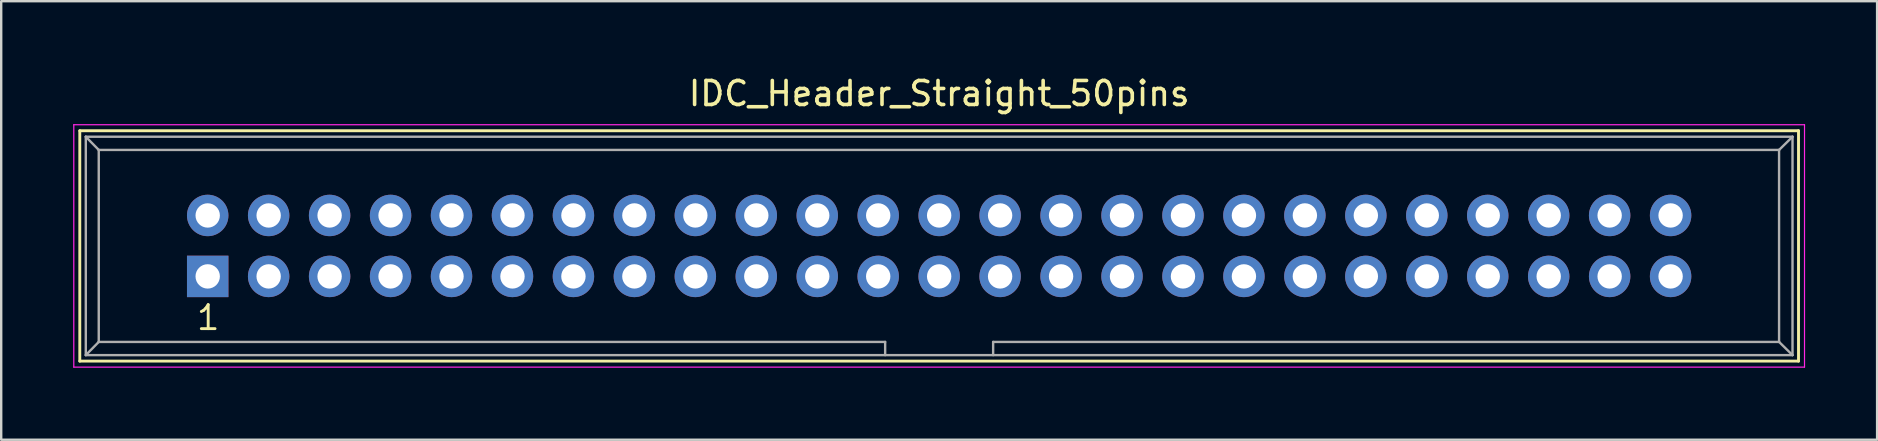
<source format=kicad_pcb>
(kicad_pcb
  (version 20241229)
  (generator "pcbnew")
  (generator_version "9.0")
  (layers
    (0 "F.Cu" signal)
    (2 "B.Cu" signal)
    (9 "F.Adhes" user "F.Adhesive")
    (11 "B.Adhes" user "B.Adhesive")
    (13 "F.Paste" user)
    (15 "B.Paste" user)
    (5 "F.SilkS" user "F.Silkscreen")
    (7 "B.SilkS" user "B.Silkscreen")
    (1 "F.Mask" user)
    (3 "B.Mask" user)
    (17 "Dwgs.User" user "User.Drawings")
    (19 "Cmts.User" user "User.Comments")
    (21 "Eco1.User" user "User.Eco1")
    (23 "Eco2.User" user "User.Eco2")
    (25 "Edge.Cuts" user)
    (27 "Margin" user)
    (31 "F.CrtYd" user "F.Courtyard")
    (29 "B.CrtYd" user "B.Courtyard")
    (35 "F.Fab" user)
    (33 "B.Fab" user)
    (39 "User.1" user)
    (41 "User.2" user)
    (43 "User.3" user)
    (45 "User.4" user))
  (footprint "IDC_Header_Straight_50pins"
    (layer "F.Cu")
    (at 5.605 8.468)
    (property "Reference" "IDC_Header_Straight_50pins" (at 30.48 -7.62 0) (layer "F.SilkS") (effects (font (size 1 1) (thickness 0.15))))
    (attr through_hole)
    (fp_line (start -5.33 -6.07) (end 66.29 -6.07) (stroke (width 0.12) (type solid)) (layer "F.SilkS"))
    (fp_line (start -5.33 3.53) (end -5.33 -6.07) (stroke (width 0.12) (type solid)) (layer "F.SilkS"))
    (fp_line (start 66.29 -6.07) (end 66.29 3.53) (stroke (width 0.12) (type solid)) (layer "F.SilkS"))
    (fp_line (start 66.29 3.53) (end -5.33 3.53) (stroke (width 0.12) (type solid)) (layer "F.SilkS"))
    (fp_line (start -5.58 -6.32) (end 66.54 -6.32) (stroke (width 0.05) (type solid)) (layer "F.CrtYd"))
    (fp_line (start -5.58 3.78) (end -5.58 -6.32) (stroke (width 0.05) (type solid)) (layer "F.CrtYd"))
    (fp_line (start 66.54 -6.32) (end 66.54 3.78) (stroke (width 0.05) (type solid)) (layer "F.CrtYd"))
    (fp_line (start 66.54 3.78) (end -5.58 3.78) (stroke (width 0.05) (type solid)) (layer "F.CrtYd"))
    (fp_line (start -5.08 -5.82) (end -5.08 3.28) (stroke (width 0.1) (type solid)) (layer "F.Fab"))
    (fp_line (start -5.08 -5.82) (end -4.54 -5.27) (stroke (width 0.1) (type solid)) (layer "F.Fab"))
    (fp_line (start -5.08 -5.82) (end 66.04 -5.82) (stroke (width 0.1) (type solid)) (layer "F.Fab"))
    (fp_line (start -5.08 3.28) (end -4.54 2.73) (stroke (width 0.1) (type solid)) (layer "F.Fab"))
    (fp_line (start -5.08 3.28) (end 66.04 3.28) (stroke (width 0.1) (type solid)) (layer "F.Fab"))
    (fp_line (start -4.54 -5.27) (end -4.54 2.73) (stroke (width 0.1) (type solid)) (layer "F.Fab"))
    (fp_line (start -4.54 -5.27) (end 65.48 -5.27) (stroke (width 0.1) (type solid)) (layer "F.Fab"))
    (fp_line (start -4.54 2.73) (end 28.23 2.73) (stroke (width 0.1) (type solid)) (layer "F.Fab"))
    (fp_line (start 28.23 2.73) (end 28.23 3.28) (stroke (width 0.1) (type solid)) (layer "F.Fab"))
    (fp_line (start 32.73 2.73) (end 32.73 3.28) (stroke (width 0.1) (type solid)) (layer "F.Fab"))
    (fp_line (start 32.73 2.73) (end 65.48 2.73) (stroke (width 0.1) (type solid)) (layer "F.Fab"))
    (fp_line (start 65.48 -5.27) (end 65.48 2.73) (stroke (width 0.1) (type solid)) (layer "F.Fab"))
    (fp_line (start 66.04 -5.82) (end 65.48 -5.27) (stroke (width 0.1) (type solid)) (layer "F.Fab"))
    (fp_line (start 66.04 -5.82) (end 66.04 3.28) (stroke (width 0.1) (type solid)) (layer "F.Fab"))
    (fp_line (start 66.04 3.28) (end 65.48 2.73) (stroke (width 0.1) (type solid)) (layer "F.Fab"))
    (fp_text user "1" (at 0.02 1.72 0) (layer "F.SilkS") (effects (font (size 1 1) (thickness 0.12))))
    (pad "1" thru_hole rect (at 0 0) (size 1.727 1.727) (drill 1.016) (layers "*.Cu" "*.Mask"))
    (pad "2" thru_hole oval (at 0 -2.54) (size 1.727 1.727) (drill 1.016) (layers "*.Cu" "*.Mask"))
    (pad "3" thru_hole oval (at 2.54 0) (size 1.727 1.727) (drill 1.016) (layers "*.Cu" "*.Mask"))
    (pad "4" thru_hole oval (at 2.54 -2.54) (size 1.727 1.727) (drill 1.016) (layers "*.Cu" "*.Mask"))
    (pad "5" thru_hole oval (at 5.08 0) (size 1.727 1.727) (drill 1.016) (layers "*.Cu" "*.Mask"))
    (pad "6" thru_hole oval (at 5.08 -2.54) (size 1.727 1.727) (drill 1.016) (layers "*.Cu" "*.Mask"))
    (pad "7" thru_hole oval (at 7.62 0) (size 1.727 1.727) (drill 1.016) (layers "*.Cu" "*.Mask"))
    (pad "8" thru_hole oval (at 7.62 -2.54) (size 1.727 1.727) (drill 1.016) (layers "*.Cu" "*.Mask"))
    (pad "9" thru_hole oval (at 10.16 0) (size 1.727 1.727) (drill 1.016) (layers "*.Cu" "*.Mask"))
    (pad "10" thru_hole oval (at 10.16 -2.54) (size 1.727 1.727) (drill 1.016) (layers "*.Cu" "*.Mask"))
    (pad "11" thru_hole oval (at 12.7 0) (size 1.727 1.727) (drill 1.016) (layers "*.Cu" "*.Mask"))
    (pad "12" thru_hole oval (at 12.7 -2.54) (size 1.727 1.727) (drill 1.016) (layers "*.Cu" "*.Mask"))
    (pad "13" thru_hole oval (at 15.24 0) (size 1.727 1.727) (drill 1.016) (layers "*.Cu" "*.Mask"))
    (pad "14" thru_hole oval (at 15.24 -2.54) (size 1.727 1.727) (drill 1.016) (layers "*.Cu" "*.Mask"))
    (pad "15" thru_hole oval (at 17.78 0) (size 1.727 1.727) (drill 1.016) (layers "*.Cu" "*.Mask"))
    (pad "16" thru_hole oval (at 17.78 -2.54) (size 1.727 1.727) (drill 1.016) (layers "*.Cu" "*.Mask"))
    (pad "17" thru_hole oval (at 20.32 0) (size 1.727 1.727) (drill 1.016) (layers "*.Cu" "*.Mask"))
    (pad "18" thru_hole oval (at 20.32 -2.54) (size 1.727 1.727) (drill 1.016) (layers "*.Cu" "*.Mask"))
    (pad "19" thru_hole oval (at 22.86 0) (size 1.727 1.727) (drill 1.016) (layers "*.Cu" "*.Mask"))
    (pad "20" thru_hole oval (at 22.86 -2.54) (size 1.727 1.727) (drill 1.016) (layers "*.Cu" "*.Mask"))
    (pad "21" thru_hole oval (at 25.4 0) (size 1.727 1.727) (drill 1.016) (layers "*.Cu" "*.Mask"))
    (pad "22" thru_hole oval (at 25.4 -2.54) (size 1.727 1.727) (drill 1.016) (layers "*.Cu" "*.Mask"))
    (pad "23" thru_hole oval (at 27.94 0) (size 1.727 1.727) (drill 1.016) (layers "*.Cu" "*.Mask"))
    (pad "24" thru_hole oval (at 27.94 -2.54) (size 1.727 1.727) (drill 1.016) (layers "*.Cu" "*.Mask"))
    (pad "25" thru_hole oval (at 30.48 0) (size 1.727 1.727) (drill 1.016) (layers "*.Cu" "*.Mask"))
    (pad "26" thru_hole oval (at 30.48 -2.54) (size 1.727 1.727) (drill 1.016) (layers "*.Cu" "*.Mask"))
    (pad "27" thru_hole oval (at 33.02 0) (size 1.727 1.727) (drill 1.016) (layers "*.Cu" "*.Mask"))
    (pad "28" thru_hole oval (at 33.02 -2.54) (size 1.727 1.727) (drill 1.016) (layers "*.Cu" "*.Mask"))
    (pad "29" thru_hole oval (at 35.56 0) (size 1.727 1.727) (drill 1.016) (layers "*.Cu" "*.Mask"))
    (pad "30" thru_hole oval (at 35.56 -2.54) (size 1.727 1.727) (drill 1.016) (layers "*.Cu" "*.Mask"))
    (pad "31" thru_hole oval (at 38.1 0) (size 1.727 1.727) (drill 1.016) (layers "*.Cu" "*.Mask"))
    (pad "32" thru_hole oval (at 38.1 -2.54) (size 1.727 1.727) (drill 1.016) (layers "*.Cu" "*.Mask"))
    (pad "33" thru_hole oval (at 40.64 0) (size 1.727 1.727) (drill 1.016) (layers "*.Cu" "*.Mask"))
    (pad "34" thru_hole oval (at 40.64 -2.54) (size 1.727 1.727) (drill 1.016) (layers "*.Cu" "*.Mask"))
    (pad "35" thru_hole oval (at 43.18 0) (size 1.727 1.727) (drill 1.016) (layers "*.Cu" "*.Mask"))
    (pad "36" thru_hole oval (at 43.18 -2.54) (size 1.727 1.727) (drill 1.016) (layers "*.Cu" "*.Mask"))
    (pad "37" thru_hole oval (at 45.72 0) (size 1.727 1.727) (drill 1.016) (layers "*.Cu" "*.Mask"))
    (pad "38" thru_hole oval (at 45.72 -2.54) (size 1.727 1.727) (drill 1.016) (layers "*.Cu" "*.Mask"))
    (pad "39" thru_hole oval (at 48.26 0) (size 1.727 1.727) (drill 1.016) (layers "*.Cu" "*.Mask"))
    (pad "40" thru_hole oval (at 48.26 -2.54) (size 1.727 1.727) (drill 1.016) (layers "*.Cu" "*.Mask"))
    (pad "41" thru_hole oval (at 50.8 0) (size 1.727 1.727) (drill 1.016) (layers "*.Cu" "*.Mask"))
    (pad "42" thru_hole oval (at 50.8 -2.54) (size 1.727 1.727) (drill 1.016) (layers "*.Cu" "*.Mask"))
    (pad "43" thru_hole oval (at 53.34 0) (size 1.727 1.727) (drill 1.016) (layers "*.Cu" "*.Mask"))
    (pad "44" thru_hole oval (at 53.34 -2.54) (size 1.727 1.727) (drill 1.016) (layers "*.Cu" "*.Mask"))
    (pad "45" thru_hole oval (at 55.88 0) (size 1.727 1.727) (drill 1.016) (layers "*.Cu" "*.Mask"))
    (pad "46" thru_hole oval (at 55.88 -2.54) (size 1.727 1.727) (drill 1.016) (layers "*.Cu" "*.Mask"))
    (pad "47" thru_hole oval (at 58.42 0) (size 1.727 1.727) (drill 1.016) (layers "*.Cu" "*.Mask"))
    (pad "48" thru_hole oval (at 58.42 -2.54) (size 1.727 1.727) (drill 1.016) (layers "*.Cu" "*.Mask"))
    (pad "49" thru_hole oval (at 60.96 0) (size 1.727 1.727) (drill 1.016) (layers "*.Cu" "*.Mask"))
    (pad "50" thru_hole oval (at 60.96 -2.54) (size 1.727 1.727) (drill 1.016) (layers "*.Cu" "*.Mask")))
  (gr_rect
    (start -3 -3)
    (end 75.17 15.273)
    (stroke (width 0.1) (type default))
    (fill no)
    (layer "Edge.Cuts")))
</source>
